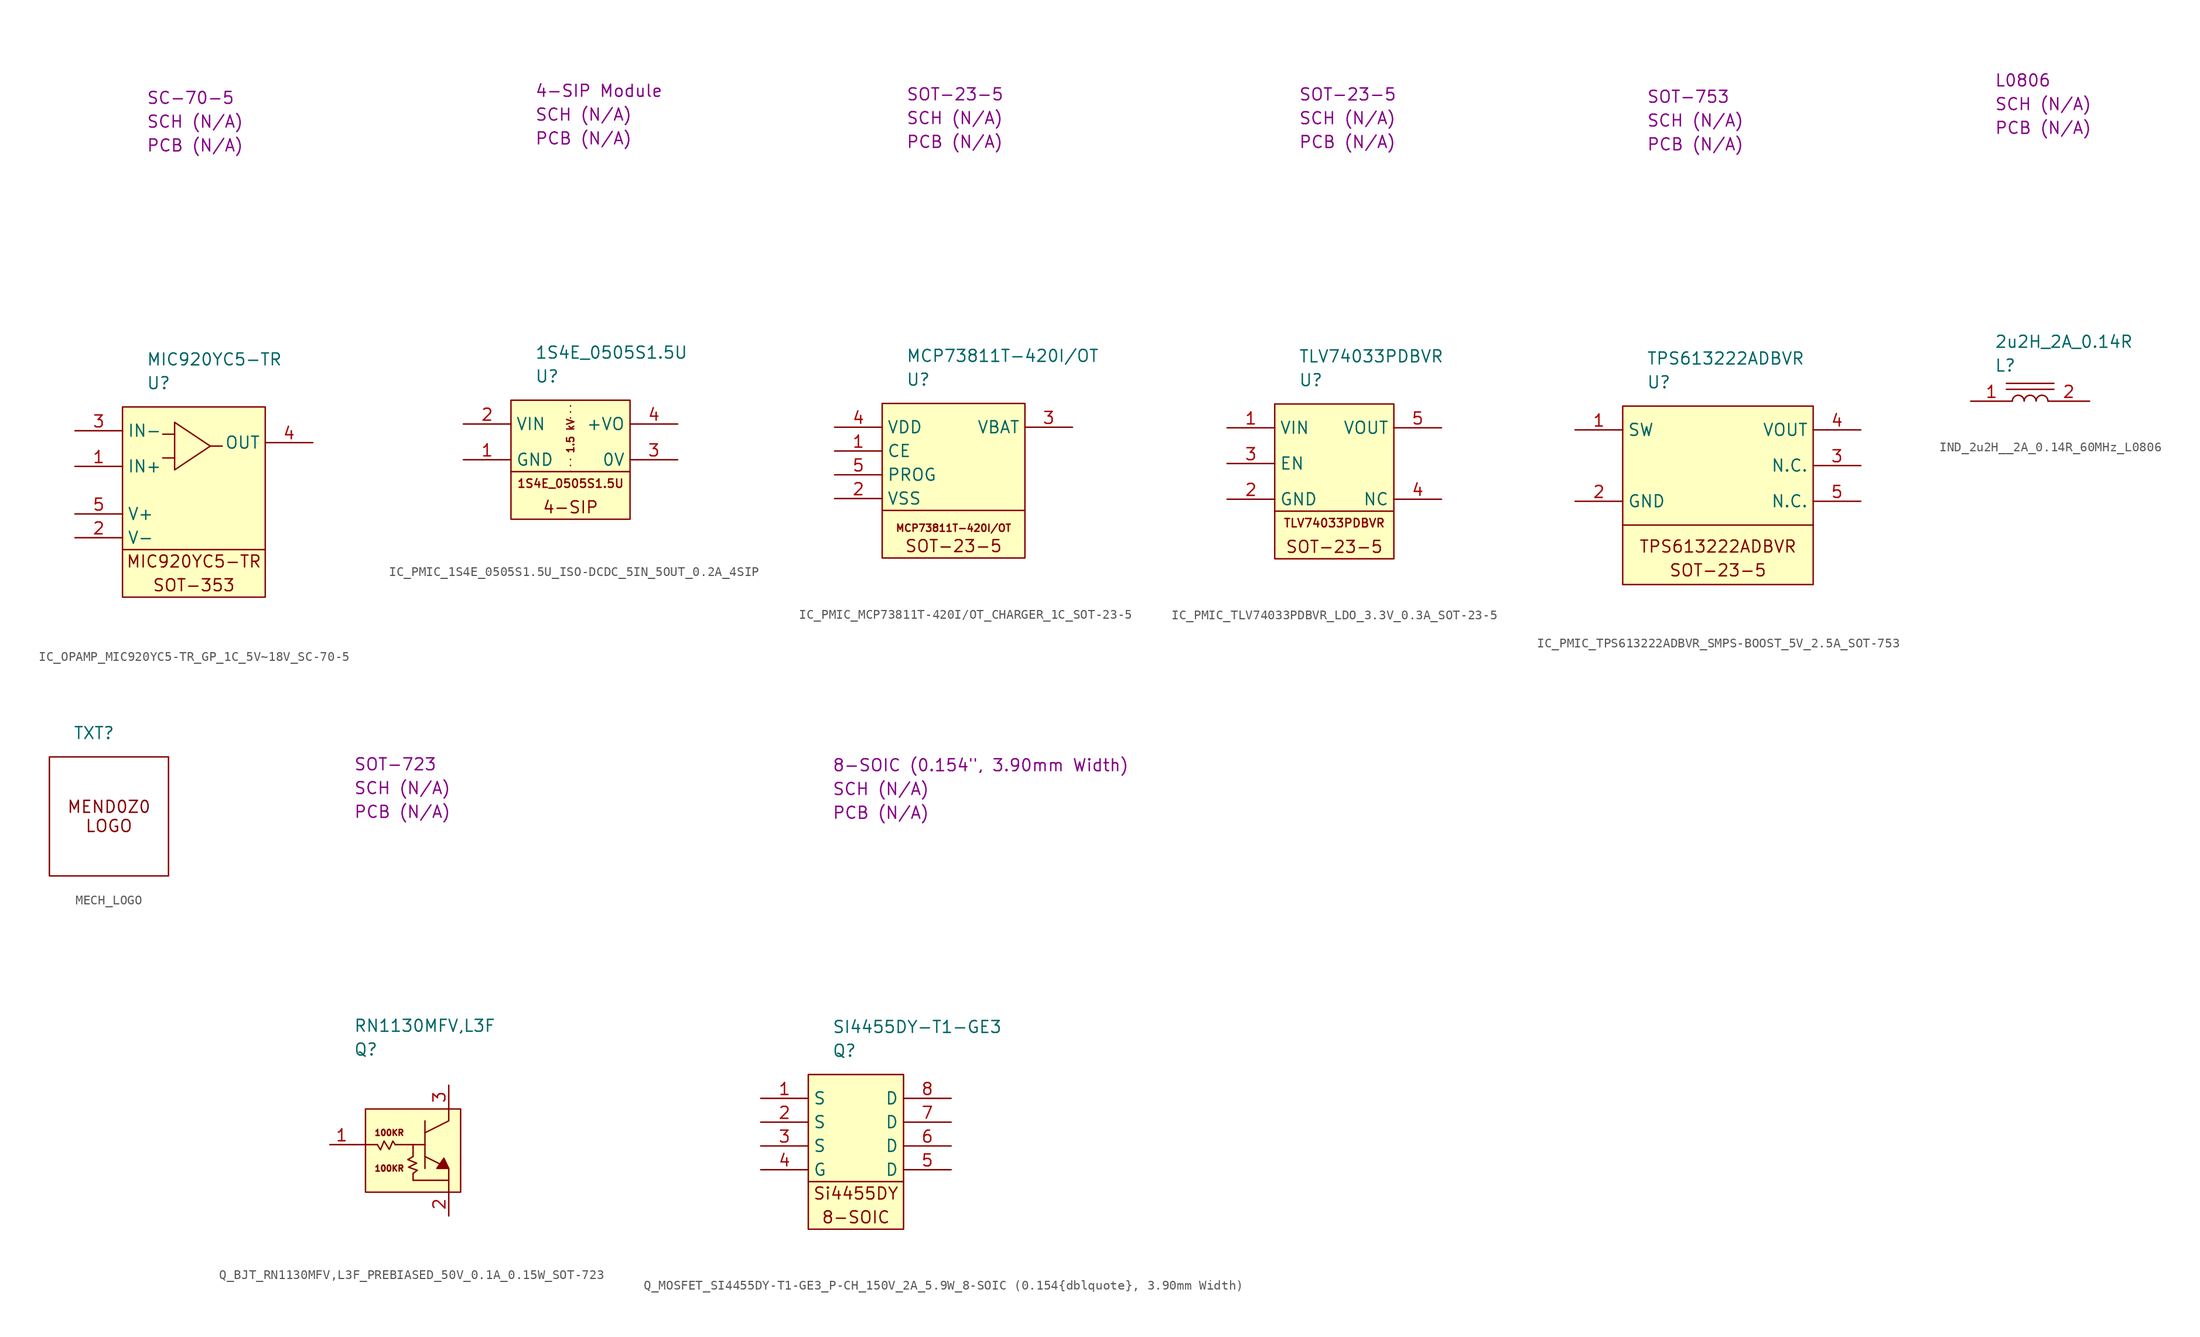
<source format=kicad_sym>
(kicad_symbol_lib
  (version 20220914)
  (generator kicad_symbol_editor)
  (symbol "IC_OPAMP_MIC920YC5-TR_GP_1C_5V~18V_SC-70-5"
    (property "Reference" "U"
      (at 2.54 2.54 0)
      (effects (font (size 1.27 1.27)) (justify left)))
    (property "Value" "MIC920YC5-TR"
      (at 2.54 5.08 0)
      (effects (font (size 1.27 1.27)) (justify left)))
    (property "Package" "SC-70-5"
      (at 2.54 33.02 0)
      (effects (font (size 1.27 1.27)) (justify left)))
    (property "SCH CHECK" "SCH (N/A)"
      (at 2.54 30.48 0)
      (effects (font (size 1.27 1.27)) (justify left)))
    (property "PCB CHECk" "PCB (N/A)"
      (at 2.54 27.94 0)
      (effects (font (size 1.27 1.27)) (justify left)))
    (symbol "IC_OPAMP_MIC920YC5-TR_GP_1C_5V~18V_SC-70-5_0_0"
      (text "MIC920YC5-TR" (at 7.62 -16.51 0) (effects (font (size 1.27 1.27))))
      (text "SOT-353" (at 7.62 -19.05 0) (effects (font (size 1.27 1.27)))))
    (symbol "IC_OPAMP_MIC920YC5-TR_GP_1C_5V~18V_SC-70-5_0_1"
      (polyline (pts (xy 0 -15.24) (xy 15.24 -15.24)) (stroke (width 0) (type default)) (fill (type none)))
      (polyline (pts (xy 5.564 -5.45) (xy 4.294 -5.45)) (stroke (width 0) (type default)) (fill (type none)))
      (polyline (pts (xy 5.564 -2.91) (xy 4.294 -2.91)) (stroke (width 0) (type default)) (fill (type none)))
      (polyline (pts (xy 9.374 -4.18) (xy 10.644 -4.18)) (stroke (width 0) (type default)) (fill (type none)))
      (polyline (pts (xy 5.564 -1.64) (xy 5.564 -6.72) (xy 9.374 -4.18) (xy 5.564 -1.64)) (stroke (width 0) (type default)) (fill (type none)))
      (rectangle (start 0 0) (end 15.24 -20.32) (stroke (width 0) (type default)) (fill (type background))))
    (symbol "IC_OPAMP_MIC920YC5-TR_GP_1C_5V~18V_SC-70-5_1_1"
      (pin passive line (at -5.08 -6.35 0) (length 5.08) (name "IN+" (effects (font (size 1.27 1.27)))) (number "1" (effects (font (size 1.27 1.27)))))
      (pin passive line (at -5.08 -13.97 0) (length 5.08) (name "V-" (effects (font (size 1.27 1.27)))) (number "2" (effects (font (size 1.27 1.27)))))
      (pin passive line (at -5.08 -2.54 0) (length 5.08) (name "IN-" (effects (font (size 1.27 1.27)))) (number "3" (effects (font (size 1.27 1.27)))))
      (pin passive line (at 20.32 -3.81 180) (length 5.08) (name "OUT" (effects (font (size 1.27 1.27)))) (number "4" (effects (font (size 1.27 1.27)))))
      (pin passive line (at -5.08 -11.43 0) (length 5.08) (name "V+" (effects (font (size 1.27 1.27)))) (number "5" (effects (font (size 1.27 1.27)))))))
  (symbol "IC_PMIC_1S4E_0505S1.5U_ISO-DCDC_5IN_5OUT_0.2A_4SIP"
    (property "Reference" "U"
      (at 2.54 2.54 0)
      (effects (font (size 1.27 1.27)) (justify left)))
    (property "Value" "1S4E_0505S1.5U"
      (at 2.54 5.08 0)
      (effects (font (size 1.27 1.27)) (justify left)))
    (property "Package" "4-SIP Module"
      (at 2.54 33.02 0)
      (effects (font (size 1.27 1.27)) (justify left)))
    (property "SCH CHECK" "SCH (N/A)"
      (at 2.54 30.48 0)
      (effects (font (size 1.27 1.27)) (justify left)))
    (property "PCB CHECk" "PCB (N/A)"
      (at 2.54 27.94 0)
      (effects (font (size 1.27 1.27)) (justify left)))
    (symbol "IC_PMIC_1S4E_0505S1.5U_ISO-DCDC_5IN_5OUT_0.2A_4SIP_0_0"
      (polyline (pts (xy 0 -7.62) (xy 12.7 -7.62)) (stroke (width 0) (type default)) (fill (type none)))
      (polyline (pts (xy 6.35 -7.62) (xy 6.35 -5.715)) (stroke (width 0) (type dot)) (fill (type none)))
      (polyline (pts (xy 6.35 -1.905) (xy 6.35 0)) (stroke (width 0) (type dot)) (fill (type none)))
      (rectangle (start 0 0) (end 12.7 -12.7) (stroke (width 0) (type default)) (fill (type background)))
      (text "1.5 kV" (at 6.35 -3.81 900) (effects (font (size 0.762 0.762))))
      (text "1S4E_0505S1.5U" (at 6.35 -8.89 0) (effects (font (size 0.889 0.889))))
      (text "4-SIP" (at 6.35 -11.43 0) (effects (font (size 1.27 1.27)))))
    (symbol "IC_PMIC_1S4E_0505S1.5U_ISO-DCDC_5IN_5OUT_0.2A_4SIP_1_1"
      (pin passive line (at -5.08 -6.35 0) (length 5.08) (name "GND" (effects (font (size 1.27 1.27)))) (number "1" (effects (font (size 1.27 1.27)))))
      (pin passive line (at -5.08 -2.54 0) (length 5.08) (name "VIN" (effects (font (size 1.27 1.27)))) (number "2" (effects (font (size 1.27 1.27)))))
      (pin passive line (at 17.78 -6.35 180) (length 5.08) (name "0V" (effects (font (size 1.27 1.27)))) (number "3" (effects (font (size 1.27 1.27)))))
      (pin passive line (at 17.78 -2.54 180) (length 5.08) (name "+VO" (effects (font (size 1.27 1.27)))) (number "4" (effects (font (size 1.27 1.27)))))))
  (symbol "IC_PMIC_MCP73811T-420I/OT_CHARGER_1C_SOT-23-5"
    (property "Reference" "U"
      (at 2.54 2.54 0)
      (effects (font (size 1.27 1.27)) (justify left)))
    (property "Value" "MCP73811T-420I/OT"
      (at 2.54 5.08 0)
      (effects (font (size 1.27 1.27)) (justify left)))
    (property "Package" "SOT-23-5"
      (at 2.54 33.02 0)
      (effects (font (size 1.27 1.27)) (justify left)))
    (property "SCH CHECK" "SCH (N/A)"
      (at 2.54 30.48 0)
      (effects (font (size 1.27 1.27)) (justify left)))
    (property "PCB CHECk" "PCB (N/A)"
      (at 2.54 27.94 0)
      (effects (font (size 1.27 1.27)) (justify left)))
    (symbol "IC_PMIC_MCP73811T-420I/OT_CHARGER_1C_SOT-23-5_0_0"
      (text "	\nMCP73811T-420I/OT" (at 7.62 -12.7 0) (effects (font (size 0.762 0.762))))
      (text "SOT-23-5" (at 7.62 -15.24 0) (effects (font (size 1.27 1.27)))))
    (symbol "IC_PMIC_MCP73811T-420I/OT_CHARGER_1C_SOT-23-5_0_1"
      (polyline (pts (xy 0 -11.43) (xy 15.24 -11.43)) (stroke (width 0) (type default)) (fill (type none)))
      (rectangle (start 0 0) (end 15.24 -16.51) (stroke (width 0) (type default)) (fill (type background))))
    (symbol "IC_PMIC_MCP73811T-420I/OT_CHARGER_1C_SOT-23-5_1_1"
      (pin passive line (at -5.08 -5.08 0) (length 5.08) (name "CE" (effects (font (size 1.27 1.27)))) (number "1" (effects (font (size 1.27 1.27)))))
      (pin passive line (at -5.08 -10.16 0) (length 5.08) (name "VSS" (effects (font (size 1.27 1.27)))) (number "2" (effects (font (size 1.27 1.27)))))
      (pin passive line (at 20.32 -2.54 180) (length 5.08) (name "VBAT" (effects (font (size 1.27 1.27)))) (number "3" (effects (font (size 1.27 1.27)))))
      (pin passive line (at -5.08 -2.54 0) (length 5.08) (name "VDD" (effects (font (size 1.27 1.27)))) (number "4" (effects (font (size 1.27 1.27)))))
      (pin passive line (at -5.08 -7.62 0) (length 5.08) (name "PROG" (effects (font (size 1.27 1.27)))) (number "5" (effects (font (size 1.27 1.27)))))))
  (symbol "IC_PMIC_TLV74033PDBVR_LDO_3.3V_0.3A_SOT-23-5"
    (property "Reference" "U"
      (at 2.54 2.54 0)
      (effects (font (size 1.27 1.27)) (justify left)))
    (property "Value" "TLV74033PDBVR"
      (at 2.54 5.08 0)
      (effects (font (size 1.27 1.27)) (justify left)))
    (property "Package" "SOT-23-5"
      (at 2.54 33.02 0)
      (effects (font (size 1.27 1.27)) (justify left)))
    (property "SCH CHECK" "SCH (N/A)"
      (at 2.54 30.48 0)
      (effects (font (size 1.27 1.27)) (justify left)))
    (property "PCB CHECk" "PCB (N/A)"
      (at 2.54 27.94 0)
      (effects (font (size 1.27 1.27)) (justify left)))
    (symbol "IC_PMIC_TLV74033PDBVR_LDO_3.3V_0.3A_SOT-23-5_0_0"
      (polyline (pts (xy 0 -11.43) (xy 12.7 -11.43)) (stroke (width 0) (type default)) (fill (type none)))
      (rectangle (start 0 0) (end 12.7 -16.51) (stroke (width 0) (type default)) (fill (type background)))
      (text "SOT-23-5" (at 6.35 -15.24 0) (effects (font (size 1.27 1.27))))
      (text "TLV74033PDBVR" (at 6.35 -12.7 0) (effects (font (size 0.889 0.889)))))
    (symbol "IC_PMIC_TLV74033PDBVR_LDO_3.3V_0.3A_SOT-23-5_1_1"
      (pin passive line (at -5.08 -2.54 0) (length 5.08) (name "VIN" (effects (font (size 1.27 1.27)))) (number "1" (effects (font (size 1.27 1.27)))))
      (pin passive line (at -5.08 -10.16 0) (length 5.08) (name "GND" (effects (font (size 1.27 1.27)))) (number "2" (effects (font (size 1.27 1.27)))))
      (pin passive line (at -5.08 -6.35 0) (length 5.08) (name "EN" (effects (font (size 1.27 1.27)))) (number "3" (effects (font (size 1.27 1.27)))))
      (pin passive line (at 17.78 -10.16 180) (length 5.08) (name "NC" (effects (font (size 1.27 1.27)))) (number "4" (effects (font (size 1.27 1.27)))))
      (pin passive line (at 17.78 -2.54 180) (length 5.08) (name "VOUT" (effects (font (size 1.27 1.27)))) (number "5" (effects (font (size 1.27 1.27)))))))
  (symbol "IC_PMIC_TPS613222ADBVR_SMPS-BOOST_5V_2.5A_SOT-753"
    (property "Reference" "U"
      (at 2.54 2.54 0)
      (effects (font (size 1.27 1.27)) (justify left)))
    (property "Value" "TPS613222ADBVR"
      (at 2.54 5.08 0)
      (effects (font (size 1.27 1.27)) (justify left)))
    (property "Package" "SOT-753"
      (at 2.54 33.02 0)
      (effects (font (size 1.27 1.27)) (justify left)))
    (property "SCH CHECK" "SCH (N/A)"
      (at 2.54 30.48 0)
      (effects (font (size 1.27 1.27)) (justify left)))
    (property "PCB CHECk" "PCB (N/A)"
      (at 2.54 27.94 0)
      (effects (font (size 1.27 1.27)) (justify left)))
    (symbol "IC_PMIC_TPS613222ADBVR_SMPS-BOOST_5V_2.5A_SOT-753_0_0"
      (polyline (pts (xy 0 -12.7) (xy 20.32 -12.7)) (stroke (width 0) (type default)) (fill (type none)))
      (rectangle (start 0 0) (end 20.32 -19.05) (stroke (width 0) (type default)) (fill (type background)))
      (text "	\nSOT-23-5" (at 10.16 -16.51 0) (effects (font (size 1.27 1.27))))
      (text "	\nTPS613222ADBVR" (at 10.16 -13.97 0) (effects (font (size 1.27 1.27)))))
    (symbol "IC_PMIC_TPS613222ADBVR_SMPS-BOOST_5V_2.5A_SOT-753_1_1"
      (pin passive line (at -5.08 -2.54 0) (length 5.08) (name "SW" (effects (font (size 1.27 1.27)))) (number "1" (effects (font (size 1.27 1.27)))))
      (pin passive line (at -5.08 -10.16 0) (length 5.08) (name "GND" (effects (font (size 1.27 1.27)))) (number "2" (effects (font (size 1.27 1.27)))))
      (pin passive line (at 25.4 -6.35 180) (length 5.08) (name "N.C." (effects (font (size 1.27 1.27)))) (number "3" (effects (font (size 1.27 1.27)))))
      (pin passive line (at 25.4 -2.54 180) (length 5.08) (name "VOUT" (effects (font (size 1.27 1.27)))) (number "4" (effects (font (size 1.27 1.27)))))
      (pin passive line (at 25.4 -10.16 180) (length 5.08) (name "N.C." (effects (font (size 1.27 1.27)))) (number "5" (effects (font (size 1.27 1.27)))))))
  (symbol "IND_2u2H__2A_0.14R_60MHz_L0806"
    (property "Reference" "L"
      (at 2.54 3.81 0)
      (effects (font (size 1.27 1.27)) (justify left)))
    (property "Value" "2u2H_2A_0.14R"
      (at 2.54 6.35 0)
      (effects (font (size 1.27 1.27)) (justify left)))
    (property "Package" "L0806"
      (at 2.54 34.29 0)
      (effects (font (size 1.27 1.27)) (justify left)))
    (property "SCH CHECK" "SCH (N/A)"
      (at 2.54 31.75 0)
      (effects (font (size 1.27 1.27)) (justify left)))
    (property "PCB CHECk" "PCB (N/A)"
      (at 2.54 29.21 0)
      (effects (font (size 1.27 1.27)) (justify left)))
    (symbol "IND_2u2H__2A_0.14R_60MHz_L0806_0_1"
      (polyline (pts (xy 3.81 1.27) (xy 8.89 1.27)) (stroke (width 0) (type default)) (fill (type none)))
      (polyline (pts (xy 3.81 1.905) (xy 8.89 1.905)) (stroke (width 0) (type default)) (fill (type none)))
      (arc (start 5.715 0.0195) (mid 5.08 0.6353) (end 4.445 0.0195) (stroke (width 0) (type default)) (fill (type none)))
      (arc (start 6.985 0.0195) (mid 6.35 0.6353) (end 5.715 0.0195) (stroke (width 0) (type default)) (fill (type none)))
      (arc (start 8.255 0.0195) (mid 7.62 0.6353) (end 6.985 0.0195) (stroke (width 0) (type default)) (fill (type none))))
    (symbol "IND_2u2H__2A_0.14R_60MHz_L0806_1_1"
      (pin passive line (at 0 0 0) (length 4.445) (name "" (effects (font (size 1.27 1.27)))) (number "1" (effects (font (size 1.27 1.27)))))
      (pin passive line (at 12.7 0 180) (length 4.445) (name "" (effects (font (size 1.27 1.27)))) (number "2" (effects (font (size 1.27 1.27)))))))
  (symbol "MECH_LOGO"
    (property "Reference" "TXT"
      (at 2.54 2.54 0)
      (effects (font (size 1.27 1.27)) (justify left)))
    (property "Value" ""
      (at 0 0 0)
      (effects (font (size 1.27 1.27)) (justify left)))
    (symbol "MECH_LOGO_0_0"
      (rectangle (start 0 0) (end 12.7 -12.7) (stroke (width 0) (type default)) (fill (type none)))
      (text "MEND0Z0\nLOGO" (at 6.35 -6.35 0) (effects (font (size 1.27 1.27))))))
  (symbol "Q_BJT_RN1130MFV,L3F_PREBIASED_50V_0.1A_0.15W_SOT-723"
    (property "Reference" "Q"
      (at 2.54 3.81 0)
      (effects (font (size 1.27 1.27)) (justify left)))
    (property "Value" "RN1130MFV,L3F"
      (at 2.54 6.35 0)
      (effects (font (size 1.27 1.27)) (justify left)))
    (property "Package" "SOT-723"
      (at 2.54 34.29 0)
      (effects (font (size 1.27 1.27)) (justify left)))
    (property "SCH CHECK" "SCH (N/A)"
      (at 2.54 31.75 0)
      (effects (font (size 1.27 1.27)) (justify left)))
    (property "PCB CHECk" "PCB (N/A)"
      (at 2.54 29.21 0)
      (effects (font (size 1.27 1.27)) (justify left)))
    (symbol "Q_BJT_RN1130MFV,L3F_PREBIASED_50V_0.1A_0.15W_SOT-723_0_0"
      (polyline (pts (xy 2.54 -6.35) (xy 5.08 -6.35)) (stroke (width 0) (type default)) (fill (type none)))
      (polyline (pts (xy 6.985 -6.35) (xy 8.89 -6.35)) (stroke (width 0) (type default)) (fill (type none)))
      (polyline (pts (xy 8.89 -10.16) (xy 12.649 -10.16)) (stroke (width 0) (type default)) (fill (type none)))
      (polyline (pts (xy 8.89 -9.449) (xy 8.89 -10.16)) (stroke (width 0) (type default)) (fill (type none)))
      (polyline (pts (xy 8.89 -6.35) (xy 8.89 -7.62)) (stroke (width 0) (type default)) (fill (type none)))
      (polyline (pts (xy 8.89 -6.35) (xy 10.16 -6.35)) (stroke (width 0) (type default)) (fill (type none)))
      (polyline (pts (xy 10.16 -3.81) (xy 10.16 -8.89)) (stroke (width 0) (type default)) (fill (type none)))
      (polyline (pts (xy 12.7 -10.16) (xy 12.7 -11.43)) (stroke (width 0) (type default)) (fill (type none)))
      (polyline (pts (xy 12.7 -10.16) (xy 12.7 -8.89) (xy 10.16 -7.62)) (stroke (width 0) (type default)) (fill (type none)))
      (polyline (pts (xy 12.7 -2.54) (xy 12.7 -3.81) (xy 10.16 -5.08)) (stroke (width 0) (type default)) (fill (type none)))
      (polyline (pts (xy 12.182 -7.802) (xy 11.43 -8.89) (xy 12.7 -8.89) (xy 12.187 -7.813)) (stroke (width 0) (type default)) (fill (type outline)))
      (polyline (pts (xy 5.08 -6.35) (xy 5.41 -6.909) (xy 5.791 -5.969) (xy 6.35 -6.858) (xy 6.731 -5.969) (xy 6.985 -6.35)) (stroke (width 0) (type default)) (fill (type none)))
      (polyline (pts (xy 8.89 -7.62) (xy 8.331 -7.95) (xy 9.271 -8.331) (xy 8.407 -8.763) (xy 9.347 -9.093) (xy 8.89 -9.423)) (stroke (width 0) (type default)) (fill (type none)))
      (rectangle (start 3.81 -2.54) (end 13.97 -11.43) (stroke (width 0) (type default)) (fill (type background)))
      (text "100KR" (at 6.35 -8.89 0) (effects (font (size 0.635 0.635))))
      (text "100KR" (at 6.35 -5.08 0) (effects (font (size 0.635 0.635)))))
    (symbol "Q_BJT_RN1130MFV,L3F_PREBIASED_50V_0.1A_0.15W_SOT-723_1_1"
      (pin passive line (at 0 -6.35 0) (length 2.54) (name "" (effects (font (size 1.27 1.27)))) (number "1" (effects (font (size 1.27 1.27)))))
      (pin passive line (at 12.7 -13.97 90) (length 2.54) (name "" (effects (font (size 1.27 1.27)))) (number "2" (effects (font (size 1.27 1.27)))))
      (pin passive line (at 12.7 0 270) (length 2.54) (name "" (effects (font (size 1.27 1.27)))) (number "3" (effects (font (size 1.27 1.27)))))))
  (symbol "Q_MOSFET_SI4455DY-T1-GE3_P-CH_150V_2A_5.9W_8-SOIC (0.154{dblquote}, 3.90mm Width)"
    (property "Reference" "Q"
      (at 2.54 2.54 0)
      (effects (font (size 1.27 1.27)) (justify left)))
    (property "Value" "SI4455DY-T1-GE3"
      (at 2.54 5.08 0)
      (effects (font (size 1.27 1.27)) (justify left)))
    (property "Package" "8-SOIC (0.154\", 3.90mm Width)"
      (at 2.54 33.02 0)
      (effects (font (size 1.27 1.27)) (justify left)))
    (property "SCH CHECK" "SCH (N/A)"
      (at 2.54 30.48 0)
      (effects (font (size 1.27 1.27)) (justify left)))
    (property "PCB CHECk" "PCB (N/A)"
      (at 2.54 27.94 0)
      (effects (font (size 1.27 1.27)) (justify left)))
    (symbol "Q_MOSFET_SI4455DY-T1-GE3_P-CH_150V_2A_5.9W_8-SOIC (0.154{dblquote}, 3.90mm Width)_0_0"
      (polyline (pts (xy 0 -11.43) (xy 10.16 -11.43)) (stroke (width 0) (type default)) (fill (type none)))
      (rectangle (start 0 0) (end 10.16 -16.51) (stroke (width 0) (type default)) (fill (type background)))
      (text "8-SOIC" (at 5.08 -15.24 0) (effects (font (size 1.27 1.27))))
      (text "Si4455DY" (at 5.08 -12.7 0) (effects (font (size 1.27 1.27)))))
    (symbol "Q_MOSFET_SI4455DY-T1-GE3_P-CH_150V_2A_5.9W_8-SOIC (0.154{dblquote}, 3.90mm Width)_1_1"
      (pin passive line (at -5.08 -2.54 0) (length 5.08) (name "S" (effects (font (size 1.27 1.27)))) (number "1" (effects (font (size 1.27 1.27)))))
      (pin passive line (at -5.08 -5.08 0) (length 5.08) (name "S" (effects (font (size 1.27 1.27)))) (number "2" (effects (font (size 1.27 1.27)))))
      (pin passive line (at -5.08 -7.62 0) (length 5.08) (name "S" (effects (font (size 1.27 1.27)))) (number "3" (effects (font (size 1.27 1.27)))))
      (pin passive line (at -5.08 -10.16 0) (length 5.08) (name "G" (effects (font (size 1.27 1.27)))) (number "4" (effects (font (size 1.27 1.27)))))
      (pin passive line (at 15.24 -10.16 180) (length 5.08) (name "D" (effects (font (size 1.27 1.27)))) (number "5" (effects (font (size 1.27 1.27)))))
      (pin passive line (at 15.24 -7.62 180) (length 5.08) (name "D" (effects (font (size 1.27 1.27)))) (number "6" (effects (font (size 1.27 1.27)))))
      (pin passive line (at 15.24 -5.08 180) (length 5.08) (name "D" (effects (font (size 1.27 1.27)))) (number "7" (effects (font (size 1.27 1.27)))))
      (pin passive line (at 15.24 -2.54 180) (length 5.08) (name "D" (effects (font (size 1.27 1.27)))) (number "8" (effects (font (size 1.27 1.27))))))))
</source>
